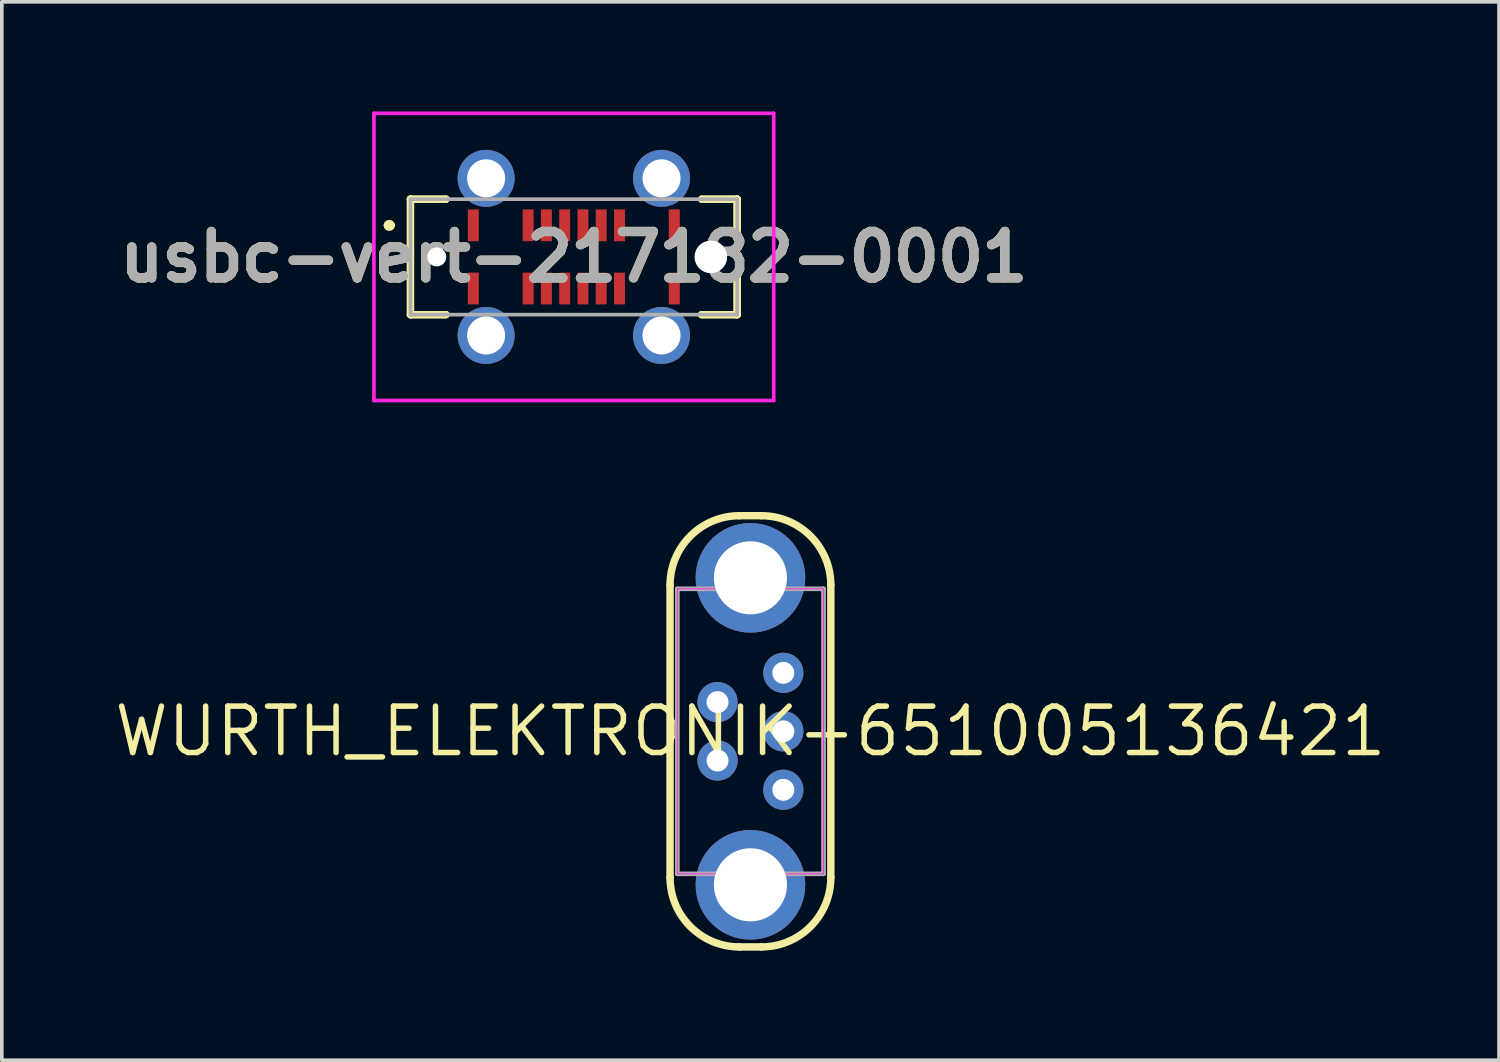
<source format=kicad_pcb>
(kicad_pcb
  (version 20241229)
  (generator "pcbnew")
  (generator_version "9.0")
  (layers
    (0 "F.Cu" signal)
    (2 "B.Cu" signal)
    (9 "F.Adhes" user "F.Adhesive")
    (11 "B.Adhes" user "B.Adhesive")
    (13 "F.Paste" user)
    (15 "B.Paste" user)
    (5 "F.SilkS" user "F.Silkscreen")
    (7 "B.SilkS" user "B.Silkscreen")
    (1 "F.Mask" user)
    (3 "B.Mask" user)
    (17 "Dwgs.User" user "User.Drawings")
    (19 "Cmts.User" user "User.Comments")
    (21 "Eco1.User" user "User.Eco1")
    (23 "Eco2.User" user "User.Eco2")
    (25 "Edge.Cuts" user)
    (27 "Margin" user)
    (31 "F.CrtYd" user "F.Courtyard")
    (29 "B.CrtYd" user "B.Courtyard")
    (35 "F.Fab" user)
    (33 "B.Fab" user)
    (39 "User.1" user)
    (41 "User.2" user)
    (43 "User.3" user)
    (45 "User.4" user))
  (footprint "WURTH_ELEKTRONIK-651005136421"
    (layer "F.Cu")
    (at 17.485 16.962)
    (property "Reference" "WURTH_ELEKTRONIK-651005136421" (at 0 0 0) (layer "F.SilkS") (effects (font (size 1.27 1.27) (thickness 0.15))))
    (fp_line (start -2.2 -4) (end -2.2 4) (stroke (width 0.203) (type solid)) (layer "F.SilkS"))
    (fp_line (start -0.3 5.9) (end 0.3 5.9) (stroke (width 0.203) (type solid)) (layer "F.SilkS"))
    (fp_line (start 0.3 -5.9) (end -0.3 -5.9) (stroke (width 0.203) (type solid)) (layer "F.SilkS"))
    (fp_line (start 2.2 4) (end 2.2 -4) (stroke (width 0.203) (type solid)) (layer "F.SilkS"))
    (fp_arc (start -2.2 -4) (mid -1.643503 -5.343503) (end -0.3 -5.9) (stroke (width 0.2032) (type solid)) (layer "F.SilkS"))
    (fp_arc (start -0.3 5.9) (mid -1.643503 5.343503) (end -2.2 4) (stroke (width 0.2032) (type solid)) (layer "F.SilkS"))
    (fp_arc (start 0.3 -5.9) (mid 1.643503 -5.343503) (end 2.2 -4) (stroke (width 0.2032) (type solid)) (layer "F.SilkS"))
    (fp_arc (start 2.2 4) (mid 1.643503 5.343503) (end 0.3 5.9) (stroke (width 0.2032) (type solid)) (layer "F.SilkS"))
    (fp_line (start -2 -3.9) (end -2 3.9) (stroke (width 0.025) (type solid)) (layer "F.CrtYd"))
    (fp_line (start -2 3.9) (end 2 3.9) (stroke (width 0.025) (type solid)) (layer "F.CrtYd"))
    (fp_line (start 2 -3.9) (end -2 -3.9) (stroke (width 0.025) (type solid)) (layer "F.CrtYd"))
    (fp_line (start 2 3.9) (end 2 -3.9) (stroke (width 0.025) (type solid)) (layer "F.CrtYd"))
    (fp_line (start -2 -3.9) (end -2 3.9) (stroke (width 0.127) (type solid)) (layer "F.Fab"))
    (fp_line (start -2 3.9) (end 2 3.9) (stroke (width 0.127) (type solid)) (layer "F.Fab"))
    (fp_line (start 2 -3.9) (end -2 -3.9) (stroke (width 0.127) (type solid)) (layer "F.Fab"))
    (fp_line (start 2 3.9) (end 2 -3.9) (stroke (width 0.127) (type solid)) (layer "F.Fab"))
    (pad "1" thru_hole circle (at 0.9 1.6) (size 1.1 1.1) (drill 0.6) (layers "*.Cu" "*.Mask"))
    (pad "2" thru_hole circle (at -0.9 0.8) (size 1.1 1.1) (drill 0.6) (layers "*.Cu" "*.Mask"))
    (pad "3" thru_hole circle (at 0.9 0) (size 1.1 1.1) (drill 0.6) (layers "*.Cu" "*.Mask"))
    (pad "4" thru_hole circle (at -0.9 -0.8) (size 1.1 1.1) (drill 0.6) (layers "*.Cu" "*.Mask"))
    (pad "5" thru_hole circle (at 0.9 -1.6) (size 1.1 1.1) (drill 0.6) (layers "*.Cu" "*.Mask"))
    (pad "6" thru_hole circle (at 0 -4.2) (size 3 3) (drill 2) (layers "*.Cu" "*.Mask"))
    (pad "6" thru_hole circle (at 0 4.2) (size 3 3) (drill 2) (layers "*.Cu" "*.Mask")))
  (footprint "usbc-vert-217182-0001"
    (layer "F.Cu")
    (at 12.652 3.98)
    (property "Reference" "usbc-vert-217182-0001" (at 0 0 0) (layer "F.SilkS") (effects (font (size 1.27 1.27) (thickness 0.254))))
    (attr through_hole)
    (fp_line (start -5.1 -0.865) (end -5.1 -0.865) (stroke (width 0.2) (type solid)) (layer "F.SilkS"))
    (fp_line (start -5.1 -0.865) (end -5.1 -0.865) (stroke (width 0.2) (type solid)) (layer "F.SilkS"))
    (fp_line (start -5 -0.865) (end -5 -0.865) (stroke (width 0.2) (type solid)) (layer "F.SilkS"))
    (fp_line (start -4.47 -1.58) (end -4.47 -1.58) (stroke (width 0.2) (type solid)) (layer "F.SilkS"))
    (fp_line (start -4.47 -1.58) (end -4.47 -1.58) (stroke (width 0.2) (type solid)) (layer "F.SilkS"))
    (fp_line (start -4.47 -1.58) (end -4.47 1.58) (stroke (width 0.2) (type solid)) (layer "F.SilkS"))
    (fp_line (start -4.47 -1.58) (end -3.5 -1.58) (stroke (width 0.2) (type solid)) (layer "F.SilkS"))
    (fp_line (start -4.47 1.58) (end -4.47 -1.58) (stroke (width 0.2) (type solid)) (layer "F.SilkS"))
    (fp_line (start -4.47 1.58) (end -4.47 1.58) (stroke (width 0.2) (type solid)) (layer "F.SilkS"))
    (fp_line (start -4.47 1.58) (end -4.47 1.58) (stroke (width 0.2) (type solid)) (layer "F.SilkS"))
    (fp_line (start -4.47 1.58) (end -3.5 1.58) (stroke (width 0.2) (type solid)) (layer "F.SilkS"))
    (fp_line (start -3.5 -1.58) (end -4.47 -1.58) (stroke (width 0.2) (type solid)) (layer "F.SilkS"))
    (fp_line (start -3.5 -1.58) (end -3.5 -1.58) (stroke (width 0.2) (type solid)) (layer "F.SilkS"))
    (fp_line (start -3.5 1.58) (end -4.47 1.58) (stroke (width 0.2) (type solid)) (layer "F.SilkS"))
    (fp_line (start -3.5 1.58) (end -3.5 1.58) (stroke (width 0.2) (type solid)) (layer "F.SilkS"))
    (fp_line (start 3.5 -1.58) (end 3.5 -1.58) (stroke (width 0.2) (type solid)) (layer "F.SilkS"))
    (fp_line (start 3.5 -1.58) (end 4.47 -1.58) (stroke (width 0.2) (type solid)) (layer "F.SilkS"))
    (fp_line (start 3.5 1.58) (end 3.5 1.58) (stroke (width 0.2) (type solid)) (layer "F.SilkS"))
    (fp_line (start 3.5 1.58) (end 4.47 1.58) (stroke (width 0.2) (type solid)) (layer "F.SilkS"))
    (fp_line (start 4.47 -1.58) (end 3.5 -1.58) (stroke (width 0.2) (type solid)) (layer "F.SilkS"))
    (fp_line (start 4.47 -1.58) (end 4.47 -1.58) (stroke (width 0.2) (type solid)) (layer "F.SilkS"))
    (fp_line (start 4.47 -1.58) (end 4.47 -1.58) (stroke (width 0.2) (type solid)) (layer "F.SilkS"))
    (fp_line (start 4.47 -1.58) (end 4.47 -0.5) (stroke (width 0.2) (type solid)) (layer "F.SilkS"))
    (fp_line (start 4.47 -0.5) (end 4.47 -1.58) (stroke (width 0.2) (type solid)) (layer "F.SilkS"))
    (fp_line (start 4.47 -0.5) (end 4.47 -0.5) (stroke (width 0.2) (type solid)) (layer "F.SilkS"))
    (fp_line (start 4.47 0.5) (end 4.47 0.5) (stroke (width 0.2) (type solid)) (layer "F.SilkS"))
    (fp_line (start 4.47 0.5) (end 4.47 1.58) (stroke (width 0.2) (type solid)) (layer "F.SilkS"))
    (fp_line (start 4.47 1.58) (end 3.5 1.58) (stroke (width 0.2) (type solid)) (layer "F.SilkS"))
    (fp_line (start 4.47 1.58) (end 4.47 0.5) (stroke (width 0.2) (type solid)) (layer "F.SilkS"))
    (fp_line (start 4.47 1.58) (end 4.47 1.58) (stroke (width 0.2) (type solid)) (layer "F.SilkS"))
    (fp_line (start 4.47 1.58) (end 4.47 1.58) (stroke (width 0.2) (type solid)) (layer "F.SilkS"))
    (fp_arc (start -5.1 -0.865) (mid -5.05 -0.915) (end -5 -0.865) (stroke (width 0.2) (type solid)) (layer "F.SilkS"))
    (fp_arc (start -5 -0.865) (mid -5.05 -0.815) (end -5.1 -0.865) (stroke (width 0.2) (type solid)) (layer "F.SilkS"))
    (fp_arc (start -5 -0.865) (mid -5.05 -0.815) (end -5.1 -0.865) (stroke (width 0.2) (type solid)) (layer "F.SilkS"))
    (fp_line (start -5.47 -3.93) (end 5.47 -3.93) (stroke (width 0.1) (type solid)) (layer "F.CrtYd"))
    (fp_line (start -5.47 3.93) (end -5.47 -3.93) (stroke (width 0.1) (type solid)) (layer "F.CrtYd"))
    (fp_line (start 5.47 -3.93) (end 5.47 3.93) (stroke (width 0.1) (type solid)) (layer "F.CrtYd"))
    (fp_line (start 5.47 3.93) (end -5.47 3.93) (stroke (width 0.1) (type solid)) (layer "F.CrtYd"))
    (fp_line (start -4.47 -1.58) (end -4.47 1.58) (stroke (width 0.1) (type solid)) (layer "F.Fab"))
    (fp_line (start -4.47 1.58) (end 4.47 1.58) (stroke (width 0.1) (type solid)) (layer "F.Fab"))
    (fp_line (start 4.47 -1.58) (end -4.47 -1.58) (stroke (width 0.1) (type solid)) (layer "F.Fab"))
    (fp_line (start 4.47 1.58) (end 4.47 -1.58) (stroke (width 0.1) (type solid)) (layer "F.Fab"))
    (fp_text user "${REFERENCE}" (at 0 0 0) (layer "F.Fab") (effects (font (size 1.27 1.27) (thickness 0.254))))
    (pad "" np_thru_hole circle (at -3.75 0) (size 0.52 0.52) (drill 0.52) (layers "*.Cu" "*.Mask"))
    (pad "" np_thru_hole circle (at 3.75 0) (size 0.89 0.89) (drill 0.89) (layers "*.Cu" "*.Mask"))
    (pad "A1" smd rect (at -2.75 -0.865) (size 0.3 0.87) (layers "F.Cu" "F.Mask" "F.Paste"))
    (pad "A4" smd rect (at -1.25 -0.865) (size 0.3 0.87) (layers "F.Cu" "F.Mask" "F.Paste"))
    (pad "A5" smd rect (at -0.75 -0.865) (size 0.3 0.87) (layers "F.Cu" "F.Mask" "F.Paste"))
    (pad "A6" smd rect (at -0.25 -0.865) (size 0.3 0.87) (layers "F.Cu" "F.Mask" "F.Paste"))
    (pad "A7" smd rect (at 0.25 -0.865) (size 0.3 0.87) (layers "F.Cu" "F.Mask" "F.Paste"))
    (pad "A8" smd rect (at 0.75 -0.865) (size 0.3 0.87) (layers "F.Cu" "F.Mask" "F.Paste"))
    (pad "A9" smd rect (at 1.25 -0.865) (size 0.3 0.87) (layers "F.Cu" "F.Mask" "F.Paste"))
    (pad "A12" smd rect (at 2.75 -0.865) (size 0.3 0.87) (layers "F.Cu" "F.Mask" "F.Paste"))
    (pad "B1" smd rect (at 2.75 0.865) (size 0.3 0.87) (layers "F.Cu" "F.Mask" "F.Paste"))
    (pad "B4" smd rect (at 1.25 0.865) (size 0.3 0.87) (layers "F.Cu" "F.Mask" "F.Paste"))
    (pad "B5" smd rect (at 0.75 0.865) (size 0.3 0.87) (layers "F.Cu" "F.Mask" "F.Paste"))
    (pad "B6" smd rect (at 0.25 0.865) (size 0.3 0.87) (layers "F.Cu" "F.Mask" "F.Paste"))
    (pad "B7" smd rect (at -0.25 0.865) (size 0.3 0.87) (layers "F.Cu" "F.Mask" "F.Paste"))
    (pad "B8" smd rect (at -0.75 0.865) (size 0.3 0.87) (layers "F.Cu" "F.Mask" "F.Paste"))
    (pad "B9" smd rect (at -1.25 0.865) (size 0.3 0.87) (layers "F.Cu" "F.Mask" "F.Paste"))
    (pad "B12" smd rect (at -2.75 0.865) (size 0.3 0.87) (layers "F.Cu" "F.Mask" "F.Paste"))
    (pad "MH2" thru_hole circle (at -2.4 2.15) (size 1.56 1.56) (drill 1.04) (layers "*.Cu" "*.Mask"))
    (pad "MH3" thru_hole circle (at 2.4 2.15) (size 1.56 1.56) (drill 1.04) (layers "*.Cu" "*.Mask"))
    (pad "MH5" thru_hole circle (at 2.4 -2.15) (size 1.56 1.56) (drill 1.04) (layers "*.Cu" "*.Mask"))
    (pad "MH6" thru_hole circle (at -2.4 -2.15) (size 1.56 1.56) (drill 1.04) (layers "*.Cu" "*.Mask")))
  (gr_rect
    (start -3 -3)
    (end 37.97 25.963)
    (stroke (width 0.1) (type default))
    (fill no)
    (layer "Edge.Cuts")))
</source>
